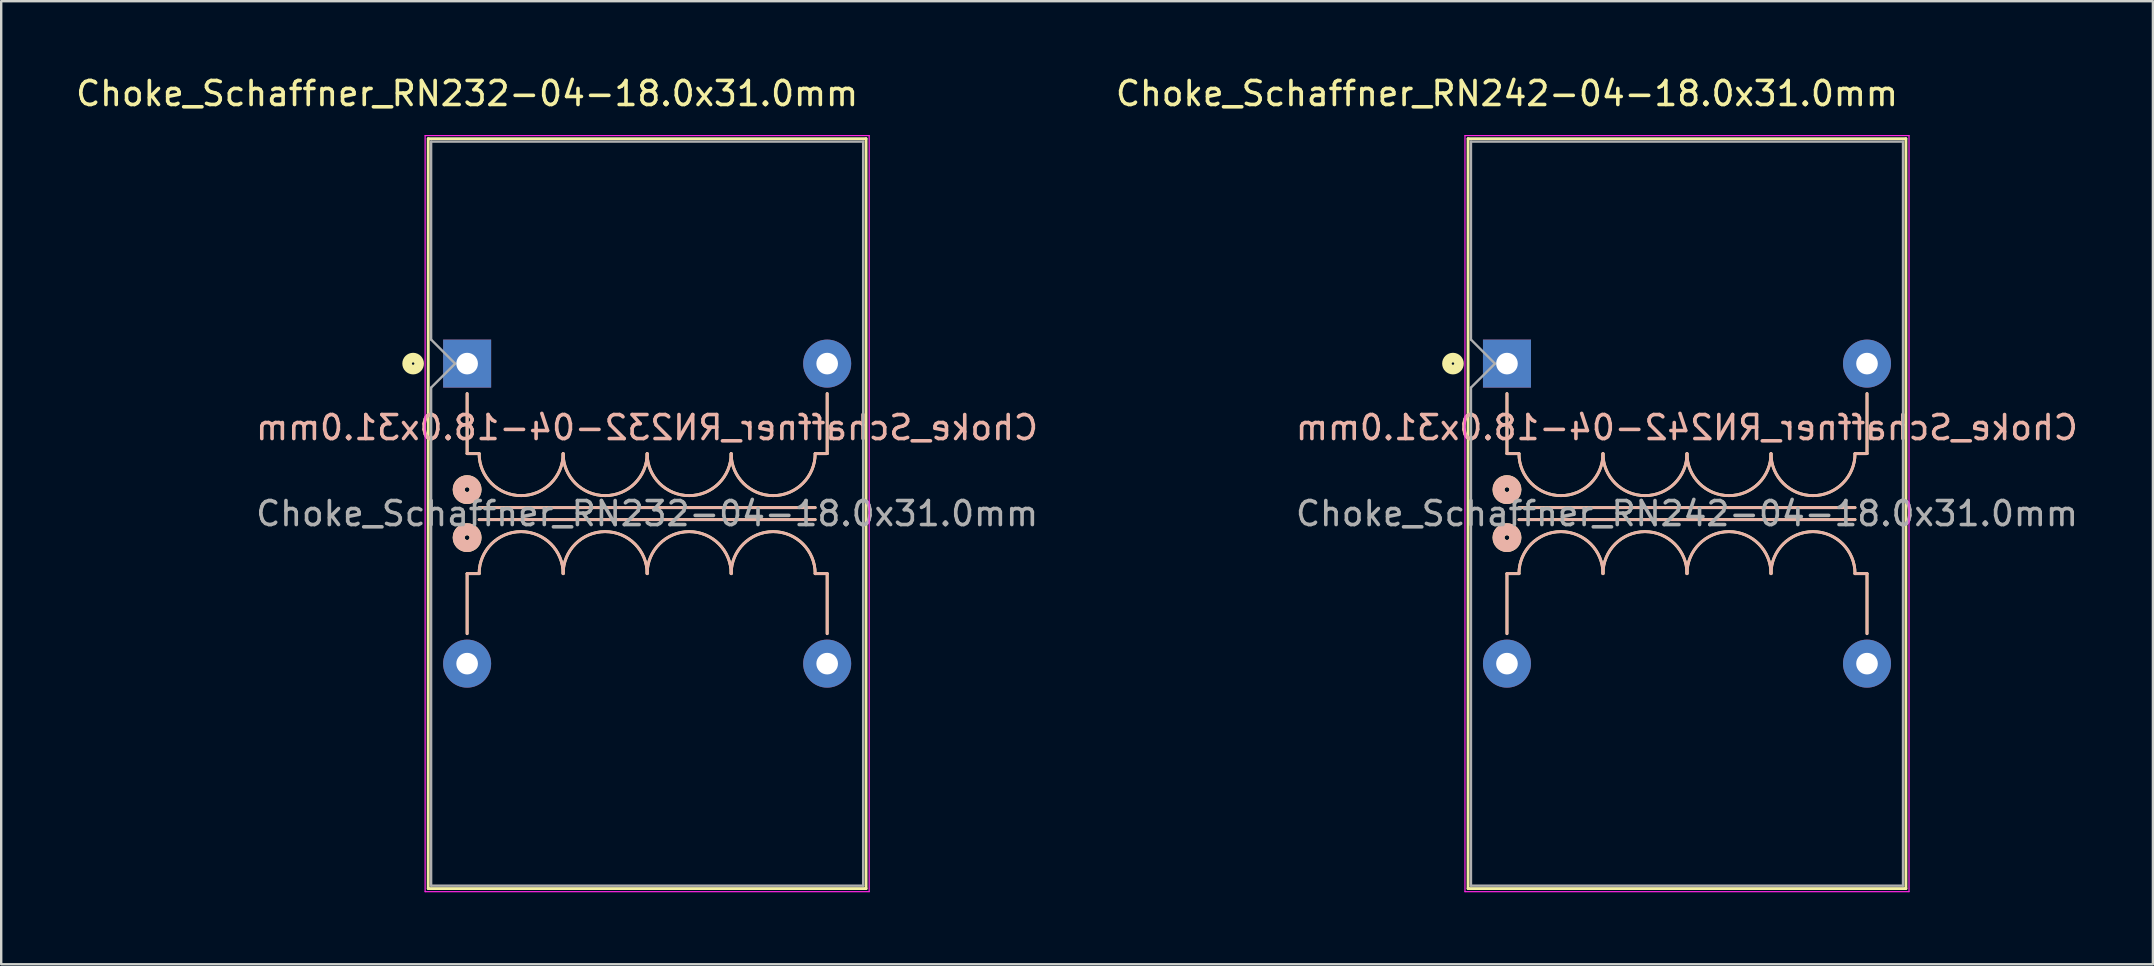
<source format=kicad_pcb>
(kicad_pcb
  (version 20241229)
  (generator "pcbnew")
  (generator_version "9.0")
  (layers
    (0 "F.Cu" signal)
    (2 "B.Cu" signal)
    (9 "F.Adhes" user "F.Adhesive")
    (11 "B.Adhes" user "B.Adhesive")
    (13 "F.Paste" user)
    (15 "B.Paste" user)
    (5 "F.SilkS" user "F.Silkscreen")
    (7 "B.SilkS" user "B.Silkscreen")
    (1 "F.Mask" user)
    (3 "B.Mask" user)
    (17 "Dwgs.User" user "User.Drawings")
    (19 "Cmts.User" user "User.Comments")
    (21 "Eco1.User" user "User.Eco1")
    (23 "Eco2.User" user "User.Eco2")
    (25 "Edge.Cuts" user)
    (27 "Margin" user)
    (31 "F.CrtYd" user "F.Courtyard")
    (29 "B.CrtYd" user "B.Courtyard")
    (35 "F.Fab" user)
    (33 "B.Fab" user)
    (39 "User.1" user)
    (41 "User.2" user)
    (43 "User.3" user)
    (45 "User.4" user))
  (footprint "Choke_Schaffner_RN242-04-18.0x31.0mm"
    (layer "F.Cu")
    (at 59.732 12.098)
    (property "Reference" "Choke_Schaffner_RN242-04-18.0x31.0mm" (at 0 -11.25 0) (layer "F.SilkS") (effects (font (size 1 1) (thickness 0.15))))
    (fp_line (start -1.62 -9.37) (end 16.62 -9.37) (stroke (width 0.12) (type solid)) (layer "F.SilkS"))
    (fp_line (start -1.62 21.87) (end -1.62 -9.37) (stroke (width 0.12) (type solid)) (layer "F.SilkS"))
    (fp_line (start 0 3.75) (end 0 1.25) (stroke (width 0.12) (type solid)) (layer "F.SilkS"))
    (fp_line (start 0 8.75) (end 0 11.25) (stroke (width 0.12) (type solid)) (layer "F.SilkS"))
    (fp_line (start 0.5 3.75) (end 0 3.75) (stroke (width 0.12) (type solid)) (layer "F.SilkS"))
    (fp_line (start 0.5 6.5) (end 14.5 6.5) (stroke (width 0.12) (type solid)) (layer "F.SilkS"))
    (fp_line (start 0.5 8.75) (end 0 8.75) (stroke (width 0.12) (type solid)) (layer "F.SilkS"))
    (fp_line (start 14.5 3.75) (end 15 3.75) (stroke (width 0.12) (type solid)) (layer "F.SilkS"))
    (fp_line (start 14.5 6) (end 0.5 6) (stroke (width 0.12) (type solid)) (layer "F.SilkS"))
    (fp_line (start 14.5 8.75) (end 15 8.75) (stroke (width 0.12) (type solid)) (layer "F.SilkS"))
    (fp_line (start 15 3.75) (end 15 1.25) (stroke (width 0.12) (type solid)) (layer "F.SilkS"))
    (fp_line (start 15 8.75) (end 15 11.25) (stroke (width 0.12) (type solid)) (layer "F.SilkS"))
    (fp_line (start 16.62 -9.37) (end 16.62 21.87) (stroke (width 0.12) (type solid)) (layer "F.SilkS"))
    (fp_line (start 16.62 21.87) (end -1.62 21.87) (stroke (width 0.12) (type solid)) (layer "F.SilkS"))
    (fp_arc (start 0.5 8.75) (mid 2.25 7) (end 4 8.75) (stroke (width 0.12) (type solid)) (layer "F.SilkS"))
    (fp_arc (start 4 3.75) (mid 2.25 5.5) (end 0.5 3.75) (stroke (width 0.12) (type solid)) (layer "F.SilkS"))
    (fp_arc (start 4 8.75) (mid 5.75 7) (end 7.5 8.75) (stroke (width 0.12) (type solid)) (layer "F.SilkS"))
    (fp_arc (start 7.5 3.75) (mid 5.75 5.5) (end 4 3.75) (stroke (width 0.12) (type solid)) (layer "F.SilkS"))
    (fp_arc (start 7.5 8.75) (mid 9.25 7) (end 11 8.75) (stroke (width 0.12) (type solid)) (layer "F.SilkS"))
    (fp_arc (start 11 3.75) (mid 9.25 5.5) (end 7.5 3.75) (stroke (width 0.12) (type solid)) (layer "F.SilkS"))
    (fp_arc (start 11 8.75) (mid 12.75 7) (end 14.5 8.75) (stroke (width 0.12) (type solid)) (layer "F.SilkS"))
    (fp_arc (start 14.5 3.75) (mid 12.75 5.5) (end 11 3.75) (stroke (width 0.12) (type solid)) (layer "F.SilkS"))
    (fp_circle (center -2.25 0) (end -2.2 0) (stroke (width 0.4) (type solid)) (fill no) (layer "F.SilkS"))
    (fp_circle (center 0 5.25) (end 0.1 5.25) (stroke (width 0.5) (type solid)) (fill no) (layer "F.SilkS"))
    (fp_circle (center 0 7.25) (end 0.1 7.25) (stroke (width 0.5) (type solid)) (fill no) (layer "F.SilkS"))
    (fp_line (start 0 3.75) (end 0 1.25) (stroke (width 0.12) (type solid)) (layer "B.SilkS"))
    (fp_line (start 0 8.75) (end 0 11.25) (stroke (width 0.12) (type solid)) (layer "B.SilkS"))
    (fp_line (start 0.5 3.75) (end 0 3.75) (stroke (width 0.12) (type solid)) (layer "B.SilkS"))
    (fp_line (start 0.5 6) (end 14.5 6) (stroke (width 0.12) (type solid)) (layer "B.SilkS"))
    (fp_line (start 0.5 8.75) (end 0 8.75) (stroke (width 0.12) (type solid)) (layer "B.SilkS"))
    (fp_line (start 14.5 3.75) (end 15 3.75) (stroke (width 0.12) (type solid)) (layer "B.SilkS"))
    (fp_line (start 14.5 6.5) (end 0.5 6.5) (stroke (width 0.12) (type solid)) (layer "B.SilkS"))
    (fp_line (start 14.5 8.75) (end 15 8.75) (stroke (width 0.12) (type solid)) (layer "B.SilkS"))
    (fp_line (start 15 3.75) (end 15 1.25) (stroke (width 0.12) (type solid)) (layer "B.SilkS"))
    (fp_line (start 15 8.75) (end 15 11.25) (stroke (width 0.12) (type solid)) (layer "B.SilkS"))
    (fp_arc (start 0.5 8.75) (mid 2.25 7) (end 4 8.75) (stroke (width 0.12) (type solid)) (layer "B.SilkS"))
    (fp_arc (start 4 3.75) (mid 2.25 5.5) (end 0.5 3.75) (stroke (width 0.12) (type solid)) (layer "B.SilkS"))
    (fp_arc (start 4 8.75) (mid 5.75 7) (end 7.5 8.75) (stroke (width 0.12) (type solid)) (layer "B.SilkS"))
    (fp_arc (start 7.5 3.75) (mid 5.75 5.5) (end 4 3.75) (stroke (width 0.12) (type solid)) (layer "B.SilkS"))
    (fp_arc (start 7.5 8.75) (mid 9.25 7) (end 11 8.75) (stroke (width 0.12) (type solid)) (layer "B.SilkS"))
    (fp_arc (start 11 3.75) (mid 9.25 5.5) (end 7.5 3.75) (stroke (width 0.12) (type solid)) (layer "B.SilkS"))
    (fp_arc (start 11 8.75) (mid 12.75 7) (end 14.5 8.75) (stroke (width 0.12) (type solid)) (layer "B.SilkS"))
    (fp_arc (start 14.5 3.75) (mid 12.75 5.5) (end 11 3.75) (stroke (width 0.12) (type solid)) (layer "B.SilkS"))
    (fp_circle (center 0 5.25) (end 0.1 5.25) (stroke (width 0.5) (type solid)) (fill no) (layer "B.SilkS"))
    (fp_circle (center 0 7.25) (end 0.1 7.25) (stroke (width 0.5) (type solid)) (fill no) (layer "B.SilkS"))
    (fp_line (start -1.75 -9.5) (end -1.75 22) (stroke (width 0.05) (type solid)) (layer "F.CrtYd"))
    (fp_line (start -1.75 22) (end 16.75 22) (stroke (width 0.05) (type solid)) (layer "F.CrtYd"))
    (fp_line (start 16.75 -9.5) (end -1.75 -9.5) (stroke (width 0.05) (type solid)) (layer "F.CrtYd"))
    (fp_line (start 16.75 22) (end 16.75 -9.5) (stroke (width 0.05) (type solid)) (layer "F.CrtYd"))
    (fp_line (start -1.5 -9.25) (end 16.5 -9.25) (stroke (width 0.1) (type solid)) (layer "F.Fab"))
    (fp_line (start -1.5 -1) (end -1.5 -9.25) (stroke (width 0.1) (type solid)) (layer "F.Fab"))
    (fp_line (start -1.5 1) (end -0.5 0) (stroke (width 0.1) (type solid)) (layer "F.Fab"))
    (fp_line (start -1.5 21.75) (end -1.5 1) (stroke (width 0.1) (type solid)) (layer "F.Fab"))
    (fp_line (start -0.5 0) (end -1.5 -1) (stroke (width 0.1) (type solid)) (layer "F.Fab"))
    (fp_line (start 16.5 -9.25) (end 16.5 21.75) (stroke (width 0.1) (type solid)) (layer "F.Fab"))
    (fp_line (start 16.5 21.75) (end -1.5 21.75) (stroke (width 0.1) (type solid)) (layer "F.Fab"))
    (fp_text user "${REFERENCE}" (at 7.493 2.667 0) (layer "B.SilkS") (effects (font (size 1 1) (thickness 0.15)) (justify mirror)))
    (fp_text user "${REFERENCE}" (at 7.5 6.25 0) (layer "F.Fab") (effects (font (size 1 1) (thickness 0.15))))
    (pad "1" thru_hole rect (at 0 0) (size 2 2) (drill 0.9) (layers "*.Cu" "*.Mask"))
    (pad "2" thru_hole circle (at 15 0) (size 2 2) (drill 0.9) (layers "*.Cu" "*.Mask"))
    (pad "3" thru_hole circle (at 0 12.5) (size 2 2) (drill 0.9) (layers "*.Cu" "*.Mask"))
    (pad "4" thru_hole circle (at 15 12.5) (size 2 2) (drill 0.9) (layers "*.Cu" "*.Mask")))
  (footprint "Choke_Schaffner_RN232-04-18.0x31.0mm"
    (layer "F.Cu")
    (at 16.411 12.098)
    (property "Reference" "Choke_Schaffner_RN232-04-18.0x31.0mm" (at 0 -11.25 0) (layer "F.SilkS") (effects (font (size 1 1) (thickness 0.15))))
    (fp_line (start -1.62 -9.37) (end 16.62 -9.37) (stroke (width 0.12) (type solid)) (layer "F.SilkS"))
    (fp_line (start -1.62 21.87) (end -1.62 -9.37) (stroke (width 0.12) (type solid)) (layer "F.SilkS"))
    (fp_line (start 0 3.75) (end 0 1.25) (stroke (width 0.12) (type solid)) (layer "F.SilkS"))
    (fp_line (start 0 8.75) (end 0 11.25) (stroke (width 0.12) (type solid)) (layer "F.SilkS"))
    (fp_line (start 0.5 3.75) (end 0 3.75) (stroke (width 0.12) (type solid)) (layer "F.SilkS"))
    (fp_line (start 0.5 6.5) (end 14.5 6.5) (stroke (width 0.12) (type solid)) (layer "F.SilkS"))
    (fp_line (start 0.5 8.75) (end 0 8.75) (stroke (width 0.12) (type solid)) (layer "F.SilkS"))
    (fp_line (start 14.5 3.75) (end 15 3.75) (stroke (width 0.12) (type solid)) (layer "F.SilkS"))
    (fp_line (start 14.5 6) (end 0.5 6) (stroke (width 0.12) (type solid)) (layer "F.SilkS"))
    (fp_line (start 14.5 8.75) (end 15 8.75) (stroke (width 0.12) (type solid)) (layer "F.SilkS"))
    (fp_line (start 15 3.75) (end 15 1.25) (stroke (width 0.12) (type solid)) (layer "F.SilkS"))
    (fp_line (start 15 8.75) (end 15 11.25) (stroke (width 0.12) (type solid)) (layer "F.SilkS"))
    (fp_line (start 16.62 -9.37) (end 16.62 21.87) (stroke (width 0.12) (type solid)) (layer "F.SilkS"))
    (fp_line (start 16.62 21.87) (end -1.62 21.87) (stroke (width 0.12) (type solid)) (layer "F.SilkS"))
    (fp_arc (start 0.5 8.75) (mid 2.25 7) (end 4 8.75) (stroke (width 0.12) (type solid)) (layer "F.SilkS"))
    (fp_arc (start 4 3.75) (mid 2.25 5.5) (end 0.5 3.75) (stroke (width 0.12) (type solid)) (layer "F.SilkS"))
    (fp_arc (start 4 8.75) (mid 5.75 7) (end 7.5 8.75) (stroke (width 0.12) (type solid)) (layer "F.SilkS"))
    (fp_arc (start 7.5 3.75) (mid 5.75 5.5) (end 4 3.75) (stroke (width 0.12) (type solid)) (layer "F.SilkS"))
    (fp_arc (start 7.5 8.75) (mid 9.25 7) (end 11 8.75) (stroke (width 0.12) (type solid)) (layer "F.SilkS"))
    (fp_arc (start 11 3.75) (mid 9.25 5.5) (end 7.5 3.75) (stroke (width 0.12) (type solid)) (layer "F.SilkS"))
    (fp_arc (start 11 8.75) (mid 12.75 7) (end 14.5 8.75) (stroke (width 0.12) (type solid)) (layer "F.SilkS"))
    (fp_arc (start 14.5 3.75) (mid 12.75 5.5) (end 11 3.75) (stroke (width 0.12) (type solid)) (layer "F.SilkS"))
    (fp_circle (center -2.25 0) (end -2.2 0) (stroke (width 0.4) (type solid)) (fill no) (layer "F.SilkS"))
    (fp_circle (center 0 5.25) (end 0.1 5.25) (stroke (width 0.5) (type solid)) (fill no) (layer "F.SilkS"))
    (fp_circle (center 0 7.25) (end 0.1 7.25) (stroke (width 0.5) (type solid)) (fill no) (layer "F.SilkS"))
    (fp_line (start 0 3.75) (end 0 1.25) (stroke (width 0.12) (type solid)) (layer "B.SilkS"))
    (fp_line (start 0 8.75) (end 0 11.25) (stroke (width 0.12) (type solid)) (layer "B.SilkS"))
    (fp_line (start 0.5 3.75) (end 0 3.75) (stroke (width 0.12) (type solid)) (layer "B.SilkS"))
    (fp_line (start 0.5 6) (end 14.5 6) (stroke (width 0.12) (type solid)) (layer "B.SilkS"))
    (fp_line (start 0.5 8.75) (end 0 8.75) (stroke (width 0.12) (type solid)) (layer "B.SilkS"))
    (fp_line (start 14.5 3.75) (end 15 3.75) (stroke (width 0.12) (type solid)) (layer "B.SilkS"))
    (fp_line (start 14.5 6.5) (end 0.5 6.5) (stroke (width 0.12) (type solid)) (layer "B.SilkS"))
    (fp_line (start 14.5 8.75) (end 15 8.75) (stroke (width 0.12) (type solid)) (layer "B.SilkS"))
    (fp_line (start 15 3.75) (end 15 1.25) (stroke (width 0.12) (type solid)) (layer "B.SilkS"))
    (fp_line (start 15 8.75) (end 15 11.25) (stroke (width 0.12) (type solid)) (layer "B.SilkS"))
    (fp_arc (start 0.5 8.75) (mid 2.25 7) (end 4 8.75) (stroke (width 0.12) (type solid)) (layer "B.SilkS"))
    (fp_arc (start 4 3.75) (mid 2.25 5.5) (end 0.5 3.75) (stroke (width 0.12) (type solid)) (layer "B.SilkS"))
    (fp_arc (start 4 8.75) (mid 5.75 7) (end 7.5 8.75) (stroke (width 0.12) (type solid)) (layer "B.SilkS"))
    (fp_arc (start 7.5 3.75) (mid 5.75 5.5) (end 4 3.75) (stroke (width 0.12) (type solid)) (layer "B.SilkS"))
    (fp_arc (start 7.5 8.75) (mid 9.25 7) (end 11 8.75) (stroke (width 0.12) (type solid)) (layer "B.SilkS"))
    (fp_arc (start 11 3.75) (mid 9.25 5.5) (end 7.5 3.75) (stroke (width 0.12) (type solid)) (layer "B.SilkS"))
    (fp_arc (start 11 8.75) (mid 12.75 7) (end 14.5 8.75) (stroke (width 0.12) (type solid)) (layer "B.SilkS"))
    (fp_arc (start 14.5 3.75) (mid 12.75 5.5) (end 11 3.75) (stroke (width 0.12) (type solid)) (layer "B.SilkS"))
    (fp_circle (center 0 5.25) (end 0.1 5.25) (stroke (width 0.5) (type solid)) (fill no) (layer "B.SilkS"))
    (fp_circle (center 0 7.25) (end 0.1 7.25) (stroke (width 0.5) (type solid)) (fill no) (layer "B.SilkS"))
    (fp_line (start -1.75 -9.5) (end -1.75 22) (stroke (width 0.05) (type solid)) (layer "F.CrtYd"))
    (fp_line (start -1.75 22) (end 16.75 22) (stroke (width 0.05) (type solid)) (layer "F.CrtYd"))
    (fp_line (start 16.75 -9.5) (end -1.75 -9.5) (stroke (width 0.05) (type solid)) (layer "F.CrtYd"))
    (fp_line (start 16.75 22) (end 16.75 -9.5) (stroke (width 0.05) (type solid)) (layer "F.CrtYd"))
    (fp_line (start -1.5 -9.25) (end 16.5 -9.25) (stroke (width 0.1) (type solid)) (layer "F.Fab"))
    (fp_line (start -1.5 -1) (end -1.5 -9.25) (stroke (width 0.1) (type solid)) (layer "F.Fab"))
    (fp_line (start -1.5 1) (end -0.5 0) (stroke (width 0.1) (type solid)) (layer "F.Fab"))
    (fp_line (start -1.5 21.75) (end -1.5 1) (stroke (width 0.1) (type solid)) (layer "F.Fab"))
    (fp_line (start -0.5 0) (end -1.5 -1) (stroke (width 0.1) (type solid)) (layer "F.Fab"))
    (fp_line (start 16.5 -9.25) (end 16.5 21.75) (stroke (width 0.1) (type solid)) (layer "F.Fab"))
    (fp_line (start 16.5 21.75) (end -1.5 21.75) (stroke (width 0.1) (type solid)) (layer "F.Fab"))
    (fp_text user "${REFERENCE}" (at 7.493 2.667 0) (layer "B.SilkS") (effects (font (size 1 1) (thickness 0.15)) (justify mirror)))
    (fp_text user "${REFERENCE}" (at 7.5 6.25 0) (layer "F.Fab") (effects (font (size 1 1) (thickness 0.15))))
    (pad "1" thru_hole rect (at 0 0) (size 2 2) (drill 0.9) (layers "*.Cu" "*.Mask"))
    (pad "2" thru_hole circle (at 15 0) (size 2 2) (drill 0.9) (layers "*.Cu" "*.Mask"))
    (pad "3" thru_hole circle (at 0 12.5) (size 2 2) (drill 0.9) (layers "*.Cu" "*.Mask"))
    (pad "4" thru_hole circle (at 15 12.5) (size 2 2) (drill 0.9) (layers "*.Cu" "*.Mask")))
  (gr_rect
    (start -3 -3)
    (end 86.643 37.123)
    (stroke (width 0.1) (type default))
    (fill no)
    (layer "Edge.Cuts")))
</source>
